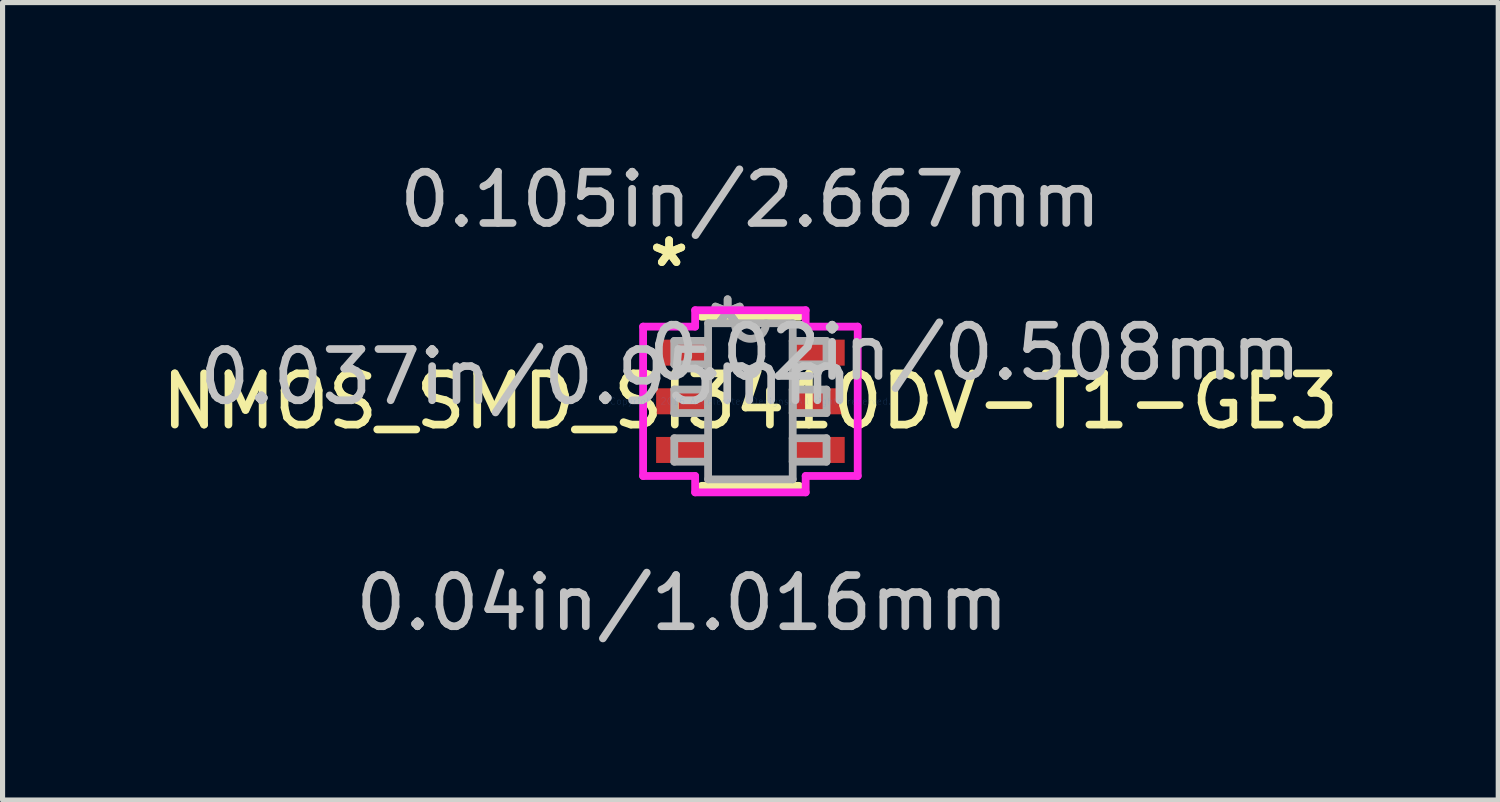
<source format=kicad_pcb>
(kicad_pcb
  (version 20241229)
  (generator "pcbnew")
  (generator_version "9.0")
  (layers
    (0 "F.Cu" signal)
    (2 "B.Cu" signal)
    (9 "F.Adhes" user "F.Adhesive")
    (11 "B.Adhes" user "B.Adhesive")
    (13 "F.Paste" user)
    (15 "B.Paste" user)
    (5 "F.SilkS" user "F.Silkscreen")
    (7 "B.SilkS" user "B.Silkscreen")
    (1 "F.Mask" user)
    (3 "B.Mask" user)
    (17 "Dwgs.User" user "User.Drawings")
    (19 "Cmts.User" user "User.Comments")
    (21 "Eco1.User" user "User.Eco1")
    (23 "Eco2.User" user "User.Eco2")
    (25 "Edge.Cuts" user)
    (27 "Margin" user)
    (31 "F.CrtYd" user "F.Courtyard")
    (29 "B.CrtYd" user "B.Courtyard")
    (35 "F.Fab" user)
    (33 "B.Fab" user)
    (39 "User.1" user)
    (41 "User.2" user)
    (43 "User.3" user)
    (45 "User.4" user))
  (footprint "NMOS_SMD_SI3410DV-T1-GE3"
    (layer "F.Cu")
    (at 11.601 4.785)
    (property "Reference" "NMOS_SMD_SI3410DV-T1-GE3" (at 0 0 0) (layer "F.SilkS") (effects (font (size 1 1) (thickness 0.15))))
    (attr through_hole)
    (fp_line (start -0.953 1.651) (end 0.953 1.651) (stroke (width 0.152) (type solid)) (layer "F.SilkS"))
    (fp_line (start 0.953 -1.651) (end -0.953 -1.651) (stroke (width 0.152) (type solid)) (layer "F.SilkS"))
    (fp_line (start -2.095 -1.458) (end -1.079 -1.458) (stroke (width 0.152) (type solid)) (layer "F.CrtYd"))
    (fp_line (start -2.095 1.458) (end -2.095 -1.458) (stroke (width 0.152) (type solid)) (layer "F.CrtYd"))
    (fp_line (start -1.079 -1.778) (end 1.079 -1.778) (stroke (width 0.152) (type solid)) (layer "F.CrtYd"))
    (fp_line (start -1.079 -1.458) (end -1.079 -1.778) (stroke (width 0.152) (type solid)) (layer "F.CrtYd"))
    (fp_line (start -1.079 1.458) (end -2.095 1.458) (stroke (width 0.152) (type solid)) (layer "F.CrtYd"))
    (fp_line (start -1.079 1.778) (end -1.079 1.458) (stroke (width 0.152) (type solid)) (layer "F.CrtYd"))
    (fp_line (start 1.079 -1.778) (end 1.079 -1.458) (stroke (width 0.152) (type solid)) (layer "F.CrtYd"))
    (fp_line (start 1.079 -1.458) (end 2.095 -1.458) (stroke (width 0.152) (type solid)) (layer "F.CrtYd"))
    (fp_line (start 1.079 1.458) (end 1.079 1.778) (stroke (width 0.152) (type solid)) (layer "F.CrtYd"))
    (fp_line (start 1.079 1.778) (end -1.079 1.778) (stroke (width 0.152) (type solid)) (layer "F.CrtYd"))
    (fp_line (start 2.095 -1.458) (end 2.095 1.458) (stroke (width 0.152) (type solid)) (layer "F.CrtYd"))
    (fp_line (start 2.095 1.458) (end 1.079 1.458) (stroke (width 0.152) (type solid)) (layer "F.CrtYd"))
    (fp_line (start -1.486 -1.179) (end -1.486 -0.721) (stroke (width 0.152) (type solid)) (layer "F.Fab"))
    (fp_line (start -1.486 -0.721) (end -0.826 -0.721) (stroke (width 0.152) (type solid)) (layer "F.Fab"))
    (fp_line (start -1.486 -0.229) (end -1.486 0.229) (stroke (width 0.152) (type solid)) (layer "F.Fab"))
    (fp_line (start -1.486 0.229) (end -0.826 0.229) (stroke (width 0.152) (type solid)) (layer "F.Fab"))
    (fp_line (start -1.486 0.721) (end -1.486 1.179) (stroke (width 0.152) (type solid)) (layer "F.Fab"))
    (fp_line (start -1.486 1.179) (end -0.826 1.179) (stroke (width 0.152) (type solid)) (layer "F.Fab"))
    (fp_line (start -0.826 -1.524) (end -0.826 1.524) (stroke (width 0.152) (type solid)) (layer "F.Fab"))
    (fp_line (start -0.826 -1.179) (end -1.486 -1.179) (stroke (width 0.152) (type solid)) (layer "F.Fab"))
    (fp_line (start -0.826 -0.721) (end -0.826 -1.179) (stroke (width 0.152) (type solid)) (layer "F.Fab"))
    (fp_line (start -0.826 -0.229) (end -1.486 -0.229) (stroke (width 0.152) (type solid)) (layer "F.Fab"))
    (fp_line (start -0.826 0.229) (end -0.826 -0.229) (stroke (width 0.152) (type solid)) (layer "F.Fab"))
    (fp_line (start -0.826 0.721) (end -1.486 0.721) (stroke (width 0.152) (type solid)) (layer "F.Fab"))
    (fp_line (start -0.826 1.179) (end -0.826 0.721) (stroke (width 0.152) (type solid)) (layer "F.Fab"))
    (fp_line (start -0.826 1.524) (end 0.826 1.524) (stroke (width 0.152) (type solid)) (layer "F.Fab"))
    (fp_line (start 0.826 -1.524) (end -0.826 -1.524) (stroke (width 0.152) (type solid)) (layer "F.Fab"))
    (fp_line (start 0.826 -1.179) (end 0.826 -0.721) (stroke (width 0.152) (type solid)) (layer "F.Fab"))
    (fp_line (start 0.826 -0.721) (end 1.486 -0.721) (stroke (width 0.152) (type solid)) (layer "F.Fab"))
    (fp_line (start 0.826 -0.229) (end 0.826 0.229) (stroke (width 0.152) (type solid)) (layer "F.Fab"))
    (fp_line (start 0.826 0.229) (end 1.486 0.229) (stroke (width 0.152) (type solid)) (layer "F.Fab"))
    (fp_line (start 0.826 0.721) (end 0.826 1.179) (stroke (width 0.152) (type solid)) (layer "F.Fab"))
    (fp_line (start 0.826 1.179) (end 1.486 1.179) (stroke (width 0.152) (type solid)) (layer "F.Fab"))
    (fp_line (start 0.826 1.524) (end 0.826 -1.524) (stroke (width 0.152) (type solid)) (layer "F.Fab"))
    (fp_line (start 1.486 -1.179) (end 0.826 -1.179) (stroke (width 0.152) (type solid)) (layer "F.Fab"))
    (fp_line (start 1.486 -0.721) (end 1.486 -1.179) (stroke (width 0.152) (type solid)) (layer "F.Fab"))
    (fp_line (start 1.486 -0.229) (end 0.826 -0.229) (stroke (width 0.152) (type solid)) (layer "F.Fab"))
    (fp_line (start 1.486 0.229) (end 1.486 -0.229) (stroke (width 0.152) (type solid)) (layer "F.Fab"))
    (fp_line (start 1.486 0.721) (end 0.826 0.721) (stroke (width 0.152) (type solid)) (layer "F.Fab"))
    (fp_line (start 1.486 1.179) (end 1.486 0.721) (stroke (width 0.152) (type solid)) (layer "F.Fab"))
    (fp_arc (start 0.3048 -1.524) (mid 0 -1.2192) (end -0.3048 -1.524) (stroke (width 0.1524) (type solid)) (layer "F.Fab"))
    (fp_text user "*" (at -1.587 -2.601 0) (layer "F.SilkS") (effects (font (size 1 1) (thickness 0.15))))
    (fp_text user "*" (at -1.587 -2.601 0) (layer "F.SilkS") (effects (font (size 1 1) (thickness 0.15))))
    (fp_text user "0.105in/2.667mm" (at 0 -3.937 0) (layer "Dwgs.User") (effects (font (size 1 1) (thickness 0.15))))
    (fp_text user "0.02in/0.508mm" (at 4.381 -0.95 0) (layer "Dwgs.User") (effects (font (size 1 1) (thickness 0.15))))
    (fp_text user "0.037in/0.95mm" (at -4.381 -0.475 0) (layer "Dwgs.User") (effects (font (size 1 1) (thickness 0.15))))
    (fp_text user "0.04in/1.016mm" (at -1.333 3.937 0) (layer "Dwgs.User") (effects (font (size 1 1) (thickness 0.15))))
    (fp_text user "Copyright 2016 Accelerated Designs. All rights reserved." (at 0 0 0) (layer "Cmts.User") (effects (font (size 0.127 0.127) (thickness 0.002))))
    (fp_text user "*" (at -0.445 -1.448 0) (layer "F.Fab") (effects (font (size 1 1) (thickness 0.15))))
    (fp_text user "*" (at -0.445 -1.448 0) (layer "F.Fab") (effects (font (size 1 1) (thickness 0.15))))
    (pad "1" smd rect (at -1.333 -0.95) (size 1.016 0.508) (layers "F.Cu" "F.Mask" "F.Paste"))
    (pad "2" smd rect (at -1.333 0) (size 1.016 0.508) (layers "F.Cu" "F.Mask" "F.Paste"))
    (pad "3" smd rect (at -1.333 0.95) (size 1.016 0.508) (layers "F.Cu" "F.Mask" "F.Paste"))
    (pad "4" smd rect (at 1.333 0.95) (size 1.016 0.508) (layers "F.Cu" "F.Mask" "F.Paste"))
    (pad "5" smd rect (at 1.333 0) (size 1.016 0.508) (layers "F.Cu" "F.Mask" "F.Paste"))
    (pad "6" smd rect (at 1.333 -0.95) (size 1.016 0.508) (layers "F.Cu" "F.Mask" "F.Paste")))
  (gr_rect
    (start -3 -3)
    (end 26.202 12.57)
    (stroke (width 0.1) (type default))
    (fill no)
    (layer "Edge.Cuts")))
</source>
